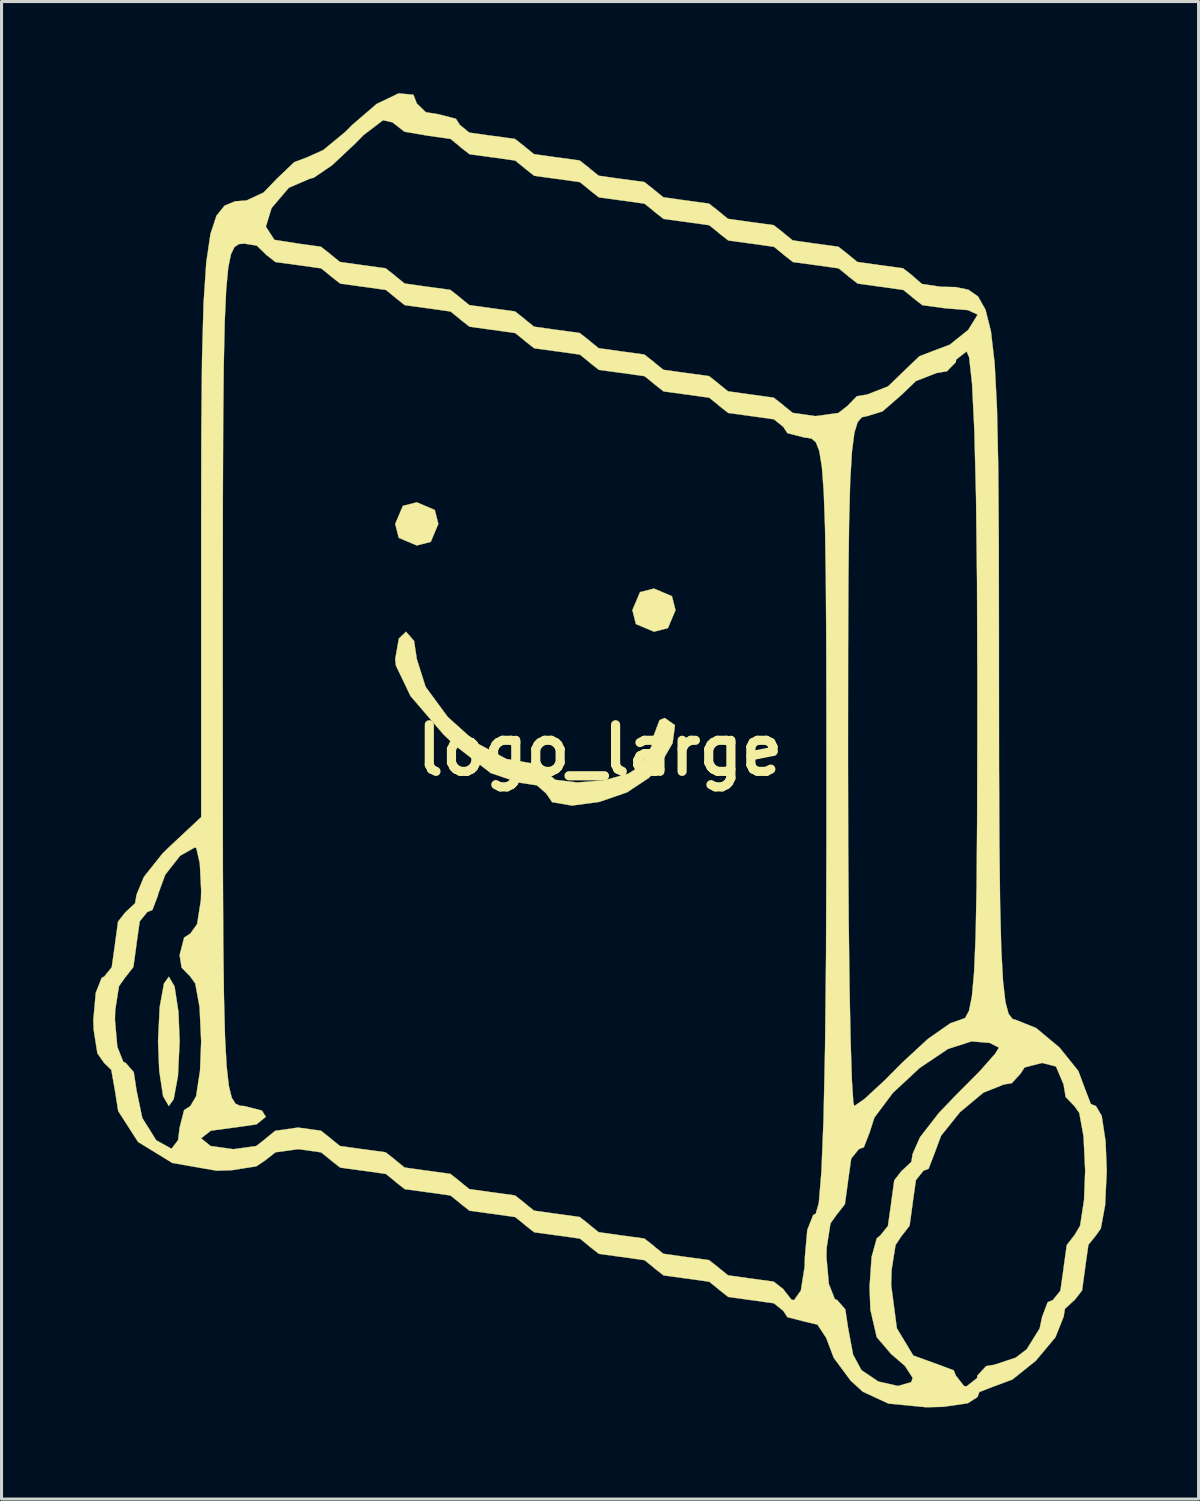
<source format=kicad_pcb>
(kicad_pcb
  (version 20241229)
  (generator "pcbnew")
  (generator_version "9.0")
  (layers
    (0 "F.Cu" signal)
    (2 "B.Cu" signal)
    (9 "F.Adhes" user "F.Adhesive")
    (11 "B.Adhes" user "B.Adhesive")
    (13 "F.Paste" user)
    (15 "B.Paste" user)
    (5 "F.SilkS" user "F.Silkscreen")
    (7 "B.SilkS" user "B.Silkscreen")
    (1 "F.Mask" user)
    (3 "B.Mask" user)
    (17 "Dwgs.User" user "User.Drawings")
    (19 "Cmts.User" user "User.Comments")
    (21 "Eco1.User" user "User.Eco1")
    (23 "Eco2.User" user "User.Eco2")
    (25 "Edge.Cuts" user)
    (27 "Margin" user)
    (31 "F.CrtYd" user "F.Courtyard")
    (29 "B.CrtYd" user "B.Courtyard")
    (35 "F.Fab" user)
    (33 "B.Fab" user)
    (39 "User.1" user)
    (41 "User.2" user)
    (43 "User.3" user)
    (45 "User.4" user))
  (footprint "logo_large"
    (layer "F.Cu")
    (at 16.586 21.502)
    (property "Reference" "logo_large" (at 0 0 0) (layer "F.SilkS") (effects (font (size 1.524 1.524) (thickness 0.3))))
    (attr through_hole)
    (fp_poly (pts (xy -5.408 -7.864) (xy -5.292 -7.408) (xy -5.541 -6.819) (xy -5.997 -6.703) (xy -6.587 -6.952) (xy -6.703 -7.408) (xy -6.453 -7.998) (xy -5.997 -8.114) (xy -5.408 -7.864)) (stroke (width 0.01) (type solid)) (fill yes) (layer "F.SilkS"))
    (fp_poly (pts (xy 2.353 -5.042) (xy 2.469 -4.586) (xy 2.22 -3.997) (xy 1.764 -3.881) (xy 1.174 -4.13) (xy 1.058 -4.586) (xy 1.308 -5.176) (xy 1.764 -5.292) (xy 2.353 -5.042)) (stroke (width 0.01) (type solid)) (fill yes) (layer "F.SilkS"))
    (fp_poly (pts (xy -13.923 7.73) (xy -13.796 8.569) (xy -13.758 9.525) (xy -13.812 10.652) (xy -13.952 11.417) (xy -14.111 11.642) (xy -14.299 11.32) (xy -14.426 10.481) (xy -14.464 9.525) (xy -14.41 8.398) (xy -14.27 7.633) (xy -14.111 7.408) (xy -13.923 7.73)) (stroke (width 0.01) (type solid)) (fill yes) (layer "F.SilkS"))
    (fp_poly (pts (xy -6.086 -3.578) (xy -5.997 -2.987) (xy -5.71 -2.079) (xy -4.986 -1.092) (xy -4.034 -0.235) (xy -3.063 0.285) (xy -2.658 0.353) (xy -1.989 0.472) (xy -1.764 0.706) (xy -1.467 0.965) (xy -0.747 1.053) (xy 0.136 0.982) (xy 0.923 0.766) (xy 1.26 0.554) (xy 1.685 -0.129) (xy 1.764 -0.504) (xy 1.947 -0.989) (xy 2.117 -1.058) (xy 2.452 -0.821) (xy 2.374 -0.232) (xy 1.932 0.526) (xy 1.604 0.898) (xy 0.884 1.376) (xy -0.031 1.691) (xy -0.922 1.809) (xy -1.569 1.697) (xy -1.764 1.411) (xy -2.066 1.147) (xy -2.655 1.058) (xy -3.578 0.745) (xy -4.77 -0.178) (xy -5.125 -0.52) (xy -6.204 -1.777) (xy -6.681 -2.774) (xy -6.703 -2.989) (xy -6.583 -3.657) (xy -6.35 -3.881) (xy -6.086 -3.578)) (stroke (width 0.01) (type solid)) (fill yes) (layer "F.SilkS"))
    (fp_poly (pts (xy -6.106 -21.45) (xy -5.997 -21.167) (xy -5.702 -20.88) (xy -5.292 -20.814) (xy -4.718 -20.666) (xy -4.586 -20.461) (xy -4.28 -20.213) (xy -3.541 -20.108) (xy -3.528 -20.108) (xy -2.785 -20.006) (xy -2.47 -19.76) (xy -2.469 -19.756) (xy -2.163 -19.508) (xy -1.424 -19.403) (xy -1.411 -19.403) (xy -0.668 -19.301) (xy -0.353 -19.054) (xy -0.353 -19.05) (xy -0.046 -18.802) (xy 0.692 -18.697) (xy 0.706 -18.697) (xy 1.449 -18.595) (xy 1.764 -18.349) (xy 1.764 -18.344) (xy 2.07 -18.097) (xy 2.809 -17.992) (xy 2.822 -17.992) (xy 3.565 -17.889) (xy 3.88 -17.643) (xy 3.881 -17.639) (xy 4.187 -17.391) (xy 4.926 -17.286) (xy 4.939 -17.286) (xy 5.682 -17.184) (xy 5.997 -16.938) (xy 5.997 -16.933) (xy 6.304 -16.686) (xy 7.042 -16.581) (xy 7.056 -16.581) (xy 7.799 -16.478) (xy 8.114 -16.232) (xy 8.114 -16.228) (xy 8.42 -15.98) (xy 9.159 -15.875) (xy 9.172 -15.875) (xy 9.915 -15.773) (xy 10.23 -15.527) (xy 10.231 -15.522) (xy 10.533 -15.26) (xy 11.138 -15.169) (xy 11.643 -15.157) (xy 12.05 -15.073) (xy 12.37 -14.849) (xy 12.614 -14.417) (xy 12.791 -13.709) (xy 12.913 -12.655) (xy 12.989 -11.189) (xy 13.031 -9.24) (xy 13.049 -6.741) (xy 13.053 -3.623) (xy 13.053 -2.671) (xy 13.056 0.507) (xy 13.068 3.048) (xy 13.091 5.022) (xy 13.129 6.497) (xy 13.186 7.543) (xy 13.264 8.229) (xy 13.367 8.623) (xy 13.499 8.794) (xy 13.598 8.819) (xy 14.269 9.088) (xy 15.036 9.728) (xy 15.652 10.496) (xy 15.875 11.096) (xy 16.061 11.576) (xy 16.228 11.642) (xy 16.416 11.963) (xy 16.543 12.802) (xy 16.581 13.758) (xy 16.527 14.886) (xy 16.387 15.65) (xy 16.228 15.875) (xy 15.98 16.182) (xy 15.875 16.92) (xy 15.875 16.933) (xy 15.773 17.676) (xy 15.527 17.992) (xy 15.522 17.992) (xy 15.212 18.278) (xy 15.169 18.537) (xy 14.901 19.208) (xy 14.261 19.975) (xy 13.493 20.591) (xy 12.892 20.814) (xy 12.413 20.999) (xy 12.347 21.167) (xy 12.031 21.368) (xy 11.227 21.485) (xy 10.672 21.498) (xy 9.436 21.378) (xy 8.595 20.988) (xy 8.202 20.629) (xy 7.648 19.882) (xy 7.409 19.252) (xy 7.408 19.239) (xy 7.114 18.794) (xy 6.703 18.697) (xy 6.13 18.549) (xy 5.997 18.344) (xy 5.691 18.097) (xy 4.952 17.992) (xy 4.939 17.992) (xy 4.196 17.889) (xy 3.881 17.643) (xy 3.881 17.639) (xy 3.574 17.391) (xy 2.835 17.286) (xy 2.822 17.286) (xy 2.079 17.184) (xy 1.764 16.938) (xy 1.764 16.933) (xy 1.457 16.686) (xy 0.719 16.581) (xy 0.706 16.581) (xy -0.038 16.478) (xy -0.353 16.232) (xy -0.353 16.228) (xy -0.659 15.98) (xy -1.398 15.875) (xy -1.411 15.875) (xy -2.154 15.773) (xy -2.469 15.527) (xy -2.469 15.522) (xy -2.776 15.275) (xy -3.515 15.169) (xy -3.528 15.169) (xy -4.271 15.067) (xy -4.586 14.821) (xy -4.586 14.817) (xy -4.893 14.569) (xy -5.631 14.464) (xy -5.644 14.464) (xy -6.388 14.362) (xy -6.703 14.116) (xy -6.703 14.111) (xy -7.009 13.863) (xy -7.748 13.758) (xy -7.761 13.758) (xy -8.504 13.656) (xy -8.819 13.41) (xy -8.819 13.406) (xy -9.126 13.158) (xy -9.865 13.053) (xy -9.878 13.053) (xy -10.621 13.155) (xy -10.936 13.401) (xy -10.936 13.406) (xy -11.252 13.615) (xy -12.051 13.741) (xy -12.54 13.758) (xy -13.995 13.505) (xy -15.117 12.818) (xy -15.768 11.806) (xy -15.875 11.129) (xy -15.994 10.458) (xy -16.228 10.231) (xy -16.449 9.918) (xy -16.572 9.136) (xy -16.581 8.819) (xy -15.875 8.819) (xy -15.797 9.703) (xy -15.601 10.195) (xy -15.522 10.231) (xy -15.259 10.533) (xy -15.169 11.127) (xy -14.98 12.032) (xy -14.524 12.762) (xy -14.023 13.039) (xy -13.808 12.755) (xy -13.801 12.7) (xy -13.053 12.7) (xy -12.746 12.948) (xy -12.008 13.053) (xy -11.994 13.053) (xy -11.251 12.951) (xy -10.936 12.704) (xy -10.936 12.7) (xy -10.63 12.452) (xy -9.891 12.347) (xy -9.878 12.347) (xy -9.135 12.449) (xy -8.82 12.696) (xy -8.819 12.7) (xy -8.513 12.948) (xy -7.774 13.053) (xy -7.761 13.053) (xy -7.018 13.155) (xy -6.703 13.401) (xy -6.703 13.406) (xy -6.396 13.653) (xy -5.658 13.758) (xy -5.644 13.758) (xy -4.901 13.861) (xy -4.586 14.107) (xy -4.586 14.111) (xy -4.28 14.359) (xy -3.541 14.464) (xy -3.528 14.464) (xy -2.785 14.566) (xy -2.47 14.812) (xy -2.469 14.817) (xy -2.163 15.064) (xy -1.424 15.169) (xy -1.411 15.169) (xy -0.668 15.272) (xy -0.353 15.518) (xy -0.353 15.522) (xy -0.046 15.77) (xy 0.692 15.875) (xy 0.706 15.875) (xy 1.449 15.977) (xy 1.764 16.223) (xy 1.764 16.228) (xy 2.07 16.475) (xy 2.809 16.581) (xy 2.822 16.581) (xy 3.565 16.683) (xy 3.88 16.929) (xy 3.881 16.933) (xy 4.187 17.181) (xy 4.926 17.286) (xy 4.939 17.286) (xy 5.682 17.388) (xy 5.997 17.634) (xy 5.997 17.639) (xy 6.266 17.981) (xy 6.35 17.992) (xy 6.571 17.679) (xy 6.694 16.897) (xy 6.703 16.581) (xy 7.408 16.581) (xy 7.487 17.464) (xy 7.682 17.956) (xy 7.761 17.992) (xy 8.025 18.294) (xy 8.114 18.889) (xy 8.281 19.78) (xy 8.555 20.286) (xy 9.109 20.657) (xy 9.749 20.802) (xy 10.181 20.678) (xy 10.231 20.539) (xy 9.976 20.144) (xy 9.525 19.756) (xy 9.053 19.203) (xy 8.846 18.304) (xy 8.819 17.561) (xy 8.824 17.488) (xy 9.525 17.488) (xy 9.712 18.914) (xy 10.25 19.806) (xy 11.087 20.108) (xy 11.573 20.291) (xy 11.642 20.461) (xy 11.91 20.804) (xy 11.994 20.814) (xy 12.337 20.545) (xy 12.347 20.461) (xy 12.635 20.152) (xy 12.902 20.108) (xy 13.604 19.874) (xy 13.96 19.604) (xy 14.385 18.921) (xy 14.464 18.546) (xy 14.647 18.061) (xy 14.817 17.992) (xy 15.064 17.685) (xy 15.169 16.947) (xy 15.169 16.933) (xy 15.272 16.19) (xy 15.518 15.875) (xy 15.522 15.875) (xy 15.71 15.554) (xy 15.838 14.714) (xy 15.875 13.758) (xy 15.821 12.631) (xy 15.682 11.866) (xy 15.522 11.642) (xy 15.236 11.346) (xy 15.169 10.936) (xy 14.92 10.347) (xy 14.464 10.231) (xy 13.891 10.378) (xy 13.758 10.583) (xy 13.472 10.894) (xy 13.213 10.936) (xy 12.542 11.204) (xy 11.775 11.845) (xy 11.159 12.613) (xy 10.936 13.213) (xy 10.751 13.693) (xy 10.583 13.758) (xy 10.336 14.065) (xy 10.231 14.803) (xy 10.231 14.817) (xy 10.128 15.56) (xy 9.882 15.875) (xy 9.878 15.875) (xy 9.669 16.191) (xy 9.542 16.99) (xy 9.525 17.488) (xy 8.824 17.488) (xy 8.886 16.581) (xy 9.054 15.973) (xy 9.172 15.875) (xy 9.42 15.568) (xy 9.525 14.83) (xy 9.525 14.817) (xy 9.627 14.074) (xy 9.873 13.758) (xy 9.878 13.758) (xy 10.186 13.471) (xy 10.231 13.202) (xy 10.471 12.661) (xy 11.088 11.866) (xy 11.642 11.289) (xy 12.417 10.51) (xy 12.93 9.93) (xy 13.053 9.729) (xy 12.75 9.576) (xy 12.159 9.525) (xy 11.384 9.774) (xy 10.456 10.398) (xy 9.584 11.209) (xy 8.976 12.021) (xy 8.819 12.512) (xy 8.633 12.989) (xy 8.467 13.053) (xy 8.219 13.359) (xy 8.114 14.098) (xy 8.114 14.111) (xy 8.012 14.854) (xy 7.766 15.169) (xy 7.761 15.169) (xy 7.54 15.482) (xy 7.417 16.264) (xy 7.408 16.581) (xy 6.703 16.581) (xy 6.781 15.697) (xy 6.976 15.205) (xy 7.056 15.169) (xy 7.158 14.82) (xy 7.244 13.783) (xy 7.313 12.077) (xy 7.363 9.719) (xy 7.395 6.729) (xy 7.408 3.123) (xy 7.408 2.469) (xy 7.408 0.353) (xy 8.114 0.353) (xy 8.12 3.094) (xy 8.137 5.596) (xy 8.164 7.773) (xy 8.2 9.544) (xy 8.242 10.823) (xy 8.289 11.529) (xy 8.318 11.642) (xy 8.655 11.408) (xy 9.308 10.805) (xy 9.878 10.231) (xy 10.727 9.446) (xy 11.462 8.933) (xy 11.79 8.819) (xy 11.948 8.758) (xy 12.073 8.524) (xy 12.169 8.049) (xy 12.24 7.26) (xy 12.29 6.086) (xy 12.322 4.456) (xy 12.339 2.3) (xy 12.346 -0.454) (xy 12.347 -2.117) (xy 12.336 -5.508) (xy 12.303 -8.301) (xy 12.248 -10.471) (xy 12.173 -11.998) (xy 12.078 -12.858) (xy 11.994 -13.053) (xy 11.652 -12.784) (xy 11.642 -12.7) (xy 11.35 -12.402) (xy 11.014 -12.347) (xy 10.332 -12.081) (xy 9.878 -11.642) (xy 9.244 -11.091) (xy 8.742 -10.936) (xy 8.568 -10.899) (xy 8.43 -10.741) (xy 8.322 -10.389) (xy 8.243 -9.773) (xy 8.186 -8.82) (xy 8.149 -7.46) (xy 8.127 -5.622) (xy 8.117 -3.232) (xy 8.114 -0.221) (xy 8.114 0.353) (xy 7.408 0.353) (xy 7.407 -0.856) (xy 7.402 -3.544) (xy 7.388 -5.661) (xy 7.362 -7.277) (xy 7.32 -8.459) (xy 7.259 -9.274) (xy 7.174 -9.791) (xy 7.063 -10.078) (xy 6.92 -10.201) (xy 6.742 -10.23) (xy 6.703 -10.231) (xy 6.13 -10.378) (xy 5.997 -10.583) (xy 5.691 -10.831) (xy 4.952 -10.936) (xy 4.939 -10.936) (xy 4.196 -11.038) (xy 3.881 -11.284) (xy 3.881 -11.289) (xy 3.574 -11.537) (xy 2.835 -11.642) (xy 2.822 -11.642) (xy 2.079 -11.744) (xy 1.764 -11.99) (xy 1.764 -11.994) (xy 1.457 -12.242) (xy 0.719 -12.347) (xy 0.706 -12.347) (xy -0.038 -12.449) (xy -0.353 -12.696) (xy -0.353 -12.7) (xy -0.659 -12.948) (xy -1.398 -13.053) (xy -1.411 -13.053) (xy -2.154 -13.155) (xy -2.469 -13.401) (xy -2.469 -13.406) (xy -2.776 -13.653) (xy -3.515 -13.758) (xy -3.528 -13.758) (xy -4.271 -13.861) (xy -4.586 -14.107) (xy -4.586 -14.111) (xy -4.893 -14.359) (xy -5.631 -14.464) (xy -5.644 -14.464) (xy -6.388 -14.566) (xy -6.703 -14.812) (xy -6.703 -14.817) (xy -7.009 -15.064) (xy -7.748 -15.169) (xy -7.761 -15.169) (xy -8.504 -15.272) (xy -8.819 -15.518) (xy -8.819 -15.522) (xy -9.126 -15.77) (xy -9.865 -15.875) (xy -9.878 -15.875) (xy -10.621 -15.977) (xy -10.936 -16.223) (xy -10.936 -16.228) (xy -11.232 -16.514) (xy -11.642 -16.581) (xy -11.818 -16.564) (xy -11.962 -16.47) (xy -12.077 -16.236) (xy -12.167 -15.797) (xy -12.234 -15.087) (xy -12.282 -14.044) (xy -12.314 -12.602) (xy -12.333 -10.698) (xy -12.343 -8.266) (xy -12.347 -5.242) (xy -12.347 -2.469) (xy -12.346 1.054) (xy -12.342 3.935) (xy -12.33 6.24) (xy -12.308 8.033) (xy -12.273 9.378) (xy -12.22 10.338) (xy -12.148 10.98) (xy -12.053 11.367) (xy -11.931 11.563) (xy -11.78 11.633) (xy -11.642 11.642) (xy -11.068 11.789) (xy -10.936 11.994) (xy -11.243 12.242) (xy -11.981 12.347) (xy -11.994 12.347) (xy -12.738 12.449) (xy -13.053 12.696) (xy -13.053 12.7) (xy -13.801 12.7) (xy -13.758 12.347) (xy -13.611 11.774) (xy -13.406 11.642) (xy -13.218 11.32) (xy -13.09 10.481) (xy -13.053 9.525) (xy -13.106 8.398) (xy -13.246 7.633) (xy -13.406 7.408) (xy -13.692 7.113) (xy -13.758 6.703) (xy -13.611 6.13) (xy -13.406 5.997) (xy -13.185 5.684) (xy -13.062 4.902) (xy -13.053 4.586) (xy -13.098 3.702) (xy -13.209 3.211) (xy -13.254 3.175) (xy -13.743 3.452) (xy -14.228 4.07) (xy -14.463 4.709) (xy -14.464 4.737) (xy -14.647 5.223) (xy -14.817 5.292) (xy -15.064 5.598) (xy -15.169 6.337) (xy -15.169 6.35) (xy -15.272 7.093) (xy -15.518 7.408) (xy -15.522 7.408) (xy -15.743 7.721) (xy -15.866 8.503) (xy -15.875 8.819) (xy -16.581 8.819) (xy -16.502 7.936) (xy -16.307 7.444) (xy -16.228 7.408) (xy -15.98 7.102) (xy -15.875 6.363) (xy -15.875 6.35) (xy -15.773 5.607) (xy -15.527 5.292) (xy -15.522 5.292) (xy -15.215 5.004) (xy -15.169 4.728) (xy -14.927 4.143) (xy -14.324 3.385) (xy -14.111 3.175) (xy -13.053 2.186) (xy -13.053 -7.399) (xy -13.048 -10.414) (xy -13.025 -12.797) (xy -12.975 -14.623) (xy -12.886 -15.964) (xy -12.749 -16.895) (xy -12.67 -17.135) (xy -10.936 -17.135) (xy -10.656 -16.703) (xy -9.878 -16.581) (xy -9.135 -16.478) (xy -8.82 -16.232) (xy -8.819 -16.228) (xy -8.513 -15.98) (xy -7.774 -15.875) (xy -7.761 -15.875) (xy -7.018 -15.773) (xy -6.703 -15.527) (xy -6.703 -15.522) (xy -6.396 -15.275) (xy -5.658 -15.169) (xy -5.644 -15.169) (xy -4.901 -15.067) (xy -4.586 -14.821) (xy -4.586 -14.817) (xy -4.28 -14.569) (xy -3.541 -14.464) (xy -3.528 -14.464) (xy -2.785 -14.362) (xy -2.47 -14.116) (xy -2.469 -14.111) (xy -2.163 -13.863) (xy -1.424 -13.758) (xy -1.411 -13.758) (xy -0.668 -13.656) (xy -0.353 -13.41) (xy -0.353 -13.406) (xy -0.046 -13.158) (xy 0.692 -13.053) (xy 0.706 -13.053) (xy 1.449 -12.951) (xy 1.764 -12.704) (xy 1.764 -12.7) (xy 2.07 -12.452) (xy 2.809 -12.347) (xy 2.822 -12.347) (xy 3.565 -12.245) (xy 3.88 -11.999) (xy 3.881 -11.994) (xy 4.187 -11.747) (xy 4.926 -11.642) (xy 4.939 -11.642) (xy 5.682 -11.539) (xy 5.997 -11.293) (xy 5.997 -11.289) (xy 6.304 -11.041) (xy 7.042 -10.936) (xy 7.056 -10.936) (xy 7.799 -11.038) (xy 8.114 -11.284) (xy 8.114 -11.289) (xy 8.406 -11.587) (xy 8.742 -11.642) (xy 9.424 -11.908) (xy 9.878 -12.347) (xy 10.449 -12.894) (xy 10.863 -13.053) (xy 11.445 -13.273) (xy 12.047 -13.756) (xy 12.346 -14.239) (xy 12.347 -14.262) (xy 12.04 -14.404) (xy 11.3 -14.464) (xy 11.289 -14.464) (xy 10.546 -14.566) (xy 10.231 -14.812) (xy 10.231 -14.817) (xy 9.924 -15.064) (xy 9.185 -15.169) (xy 9.172 -15.169) (xy 8.429 -15.272) (xy 8.114 -15.518) (xy 8.114 -15.522) (xy 7.807 -15.77) (xy 7.069 -15.875) (xy 7.056 -15.875) (xy 6.312 -15.977) (xy 5.997 -16.223) (xy 5.997 -16.228) (xy 5.691 -16.475) (xy 4.952 -16.581) (xy 4.939 -16.581) (xy 4.196 -16.683) (xy 3.881 -16.929) (xy 3.881 -16.933) (xy 3.574 -17.181) (xy 2.835 -17.286) (xy 2.822 -17.286) (xy 2.079 -17.388) (xy 1.764 -17.634) (xy 1.764 -17.639) (xy 1.457 -17.887) (xy 0.719 -17.992) (xy 0.706 -17.992) (xy -0.038 -18.094) (xy -0.353 -18.34) (xy -0.353 -18.344) (xy -0.659 -18.592) (xy -1.398 -18.697) (xy -1.411 -18.697) (xy -2.154 -18.799) (xy -2.469 -19.046) (xy -2.469 -19.05) (xy -2.776 -19.298) (xy -3.515 -19.403) (xy -3.528 -19.403) (xy -4.271 -19.505) (xy -4.586 -19.751) (xy -4.586 -19.756) (xy -4.892 -20.006) (xy -5.615 -20.108) (xy -6.4 -20.243) (xy -6.795 -20.549) (xy -7.102 -20.618) (xy -7.74 -20.132) (xy -8.024 -19.844) (xy -8.767 -19.146) (xy -9.365 -18.739) (xy -9.515 -18.697) (xy -10.184 -18.408) (xy -10.749 -17.745) (xy -10.936 -17.135) (xy -12.67 -17.135) (xy -12.554 -17.49) (xy -12.289 -17.821) (xy -11.945 -17.964) (xy -11.568 -17.992) (xy -11.01 -18.253) (xy -10.583 -18.697) (xy -10.009 -19.245) (xy -9.589 -19.403) (xy -9.056 -19.643) (xy -8.329 -20.242) (xy -8.114 -20.461) (xy -7.313 -21.15) (xy -6.59 -21.497) (xy -6.106 -21.45)) (stroke (width 0.01) (type solid)) (fill yes) (layer "F.SilkS")))
  (gr_rect
    (start -3 -3)
    (end 36.171 46.005)
    (stroke (width 0.1) (type default))
    (fill no)
    (layer "Edge.Cuts")))
</source>
